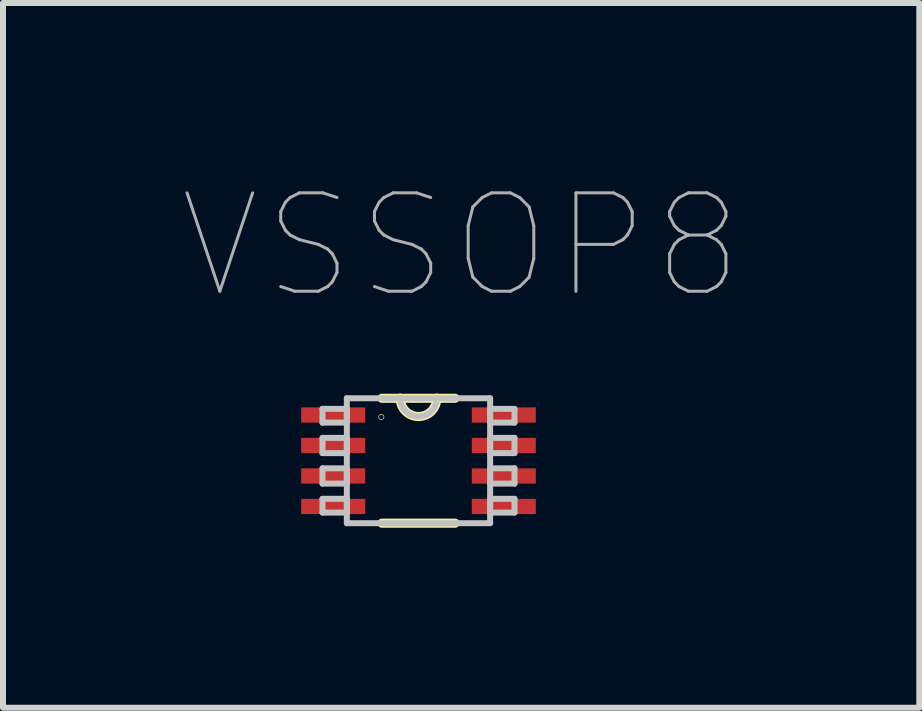
<source format=kicad_pcb>
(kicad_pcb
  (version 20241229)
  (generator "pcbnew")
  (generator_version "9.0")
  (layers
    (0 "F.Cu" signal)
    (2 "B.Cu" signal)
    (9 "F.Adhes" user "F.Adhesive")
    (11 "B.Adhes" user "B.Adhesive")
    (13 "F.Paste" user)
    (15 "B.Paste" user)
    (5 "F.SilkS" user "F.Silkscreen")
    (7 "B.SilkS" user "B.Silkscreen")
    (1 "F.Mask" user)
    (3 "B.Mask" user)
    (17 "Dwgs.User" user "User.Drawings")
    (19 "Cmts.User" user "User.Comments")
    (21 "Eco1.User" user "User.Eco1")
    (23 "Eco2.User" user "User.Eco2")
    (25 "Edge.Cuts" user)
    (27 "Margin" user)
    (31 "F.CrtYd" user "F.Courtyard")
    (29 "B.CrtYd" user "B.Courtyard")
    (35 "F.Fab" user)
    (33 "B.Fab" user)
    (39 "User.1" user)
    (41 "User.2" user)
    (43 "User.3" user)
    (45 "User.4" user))
  (footprint "VSSOP8"
    (layer "F.Cu")
    (at 3.925 4.629)
    (property "Reference" "VSSOP8" (at 0.711 -3.581 0) (layer "F.Fab") (effects (font (size 1.64 1.64) (thickness 0.05))))
    (attr smd)
    (fp_line (start -0.61 1.041) (end 0.61 1.041) (stroke (width 0.152) (type solid)) (layer "F.SilkS"))
    (fp_line (start -0.305 -1.041) (end -0.61 -1.041) (stroke (width 0.152) (type solid)) (layer "F.SilkS"))
    (fp_line (start 0.305 -1.041) (end -0.305 -1.041) (stroke (width 0.152) (type solid)) (layer "F.SilkS"))
    (fp_line (start 0.61 -1.041) (end 0.305 -1.041) (stroke (width 0.152) (type solid)) (layer "F.SilkS"))
    (fp_arc (start 0.3048 -1.0414) (mid 0 -0.7366) (end -0.3048 -1.0414) (stroke (width 0.1524) (type solid)) (layer "F.SilkS"))
    (fp_circle (center -0.62 -0.73) (end -0.6 -0.69) (stroke (width 0.01) (type solid)) (fill no) (layer "F.SilkS"))
    (fp_line (start -1.6 -0.864) (end -1.6 -0.635) (stroke (width 0.1) (type solid)) (layer "Dwgs.User"))
    (fp_line (start -1.6 -0.635) (end -1.194 -0.635) (stroke (width 0.1) (type solid)) (layer "Dwgs.User"))
    (fp_line (start -1.6 -0.381) (end -1.6 -0.127) (stroke (width 0.1) (type solid)) (layer "Dwgs.User"))
    (fp_line (start -1.6 -0.127) (end -1.194 -0.127) (stroke (width 0.1) (type solid)) (layer "Dwgs.User"))
    (fp_line (start -1.6 0.127) (end -1.6 0.381) (stroke (width 0.1) (type solid)) (layer "Dwgs.User"))
    (fp_line (start -1.6 0.381) (end -1.194 0.381) (stroke (width 0.1) (type solid)) (layer "Dwgs.User"))
    (fp_line (start -1.6 0.635) (end -1.6 0.864) (stroke (width 0.1) (type solid)) (layer "Dwgs.User"))
    (fp_line (start -1.6 0.864) (end -1.194 0.864) (stroke (width 0.1) (type solid)) (layer "Dwgs.User"))
    (fp_line (start -1.194 -1.041) (end -1.194 1.041) (stroke (width 0.1) (type solid)) (layer "Dwgs.User"))
    (fp_line (start -1.194 -0.864) (end -1.6 -0.864) (stroke (width 0.1) (type solid)) (layer "Dwgs.User"))
    (fp_line (start -1.194 -0.635) (end -1.194 -0.864) (stroke (width 0.1) (type solid)) (layer "Dwgs.User"))
    (fp_line (start -1.194 -0.381) (end -1.6 -0.381) (stroke (width 0.1) (type solid)) (layer "Dwgs.User"))
    (fp_line (start -1.194 -0.127) (end -1.194 -0.381) (stroke (width 0.1) (type solid)) (layer "Dwgs.User"))
    (fp_line (start -1.194 0.127) (end -1.6 0.127) (stroke (width 0.1) (type solid)) (layer "Dwgs.User"))
    (fp_line (start -1.194 0.381) (end -1.194 0.127) (stroke (width 0.1) (type solid)) (layer "Dwgs.User"))
    (fp_line (start -1.194 0.635) (end -1.6 0.635) (stroke (width 0.1) (type solid)) (layer "Dwgs.User"))
    (fp_line (start -1.194 0.864) (end -1.194 0.635) (stroke (width 0.1) (type solid)) (layer "Dwgs.User"))
    (fp_line (start -1.194 1.041) (end 1.194 1.041) (stroke (width 0.1) (type solid)) (layer "Dwgs.User"))
    (fp_line (start -0.305 -1.041) (end -1.194 -1.041) (stroke (width 0.1) (type solid)) (layer "Dwgs.User"))
    (fp_line (start 0.305 -1.041) (end -0.305 -1.041) (stroke (width 0.1) (type solid)) (layer "Dwgs.User"))
    (fp_line (start 1.194 -1.041) (end 0.305 -1.041) (stroke (width 0.1) (type solid)) (layer "Dwgs.User"))
    (fp_line (start 1.194 -0.864) (end 1.194 -0.635) (stroke (width 0.1) (type solid)) (layer "Dwgs.User"))
    (fp_line (start 1.194 -0.635) (end 1.6 -0.635) (stroke (width 0.1) (type solid)) (layer "Dwgs.User"))
    (fp_line (start 1.194 -0.381) (end 1.194 -0.127) (stroke (width 0.1) (type solid)) (layer "Dwgs.User"))
    (fp_line (start 1.194 -0.127) (end 1.6 -0.127) (stroke (width 0.1) (type solid)) (layer "Dwgs.User"))
    (fp_line (start 1.194 0.127) (end 1.194 0.381) (stroke (width 0.1) (type solid)) (layer "Dwgs.User"))
    (fp_line (start 1.194 0.381) (end 1.6 0.381) (stroke (width 0.1) (type solid)) (layer "Dwgs.User"))
    (fp_line (start 1.194 0.635) (end 1.194 0.864) (stroke (width 0.1) (type solid)) (layer "Dwgs.User"))
    (fp_line (start 1.194 0.864) (end 1.6 0.864) (stroke (width 0.1) (type solid)) (layer "Dwgs.User"))
    (fp_line (start 1.194 1.041) (end 1.194 -1.041) (stroke (width 0.1) (type solid)) (layer "Dwgs.User"))
    (fp_line (start 1.6 -0.864) (end 1.194 -0.864) (stroke (width 0.1) (type solid)) (layer "Dwgs.User"))
    (fp_line (start 1.6 -0.635) (end 1.6 -0.864) (stroke (width 0.1) (type solid)) (layer "Dwgs.User"))
    (fp_line (start 1.6 -0.381) (end 1.194 -0.381) (stroke (width 0.1) (type solid)) (layer "Dwgs.User"))
    (fp_line (start 1.6 -0.127) (end 1.6 -0.381) (stroke (width 0.1) (type solid)) (layer "Dwgs.User"))
    (fp_line (start 1.6 0.127) (end 1.194 0.127) (stroke (width 0.1) (type solid)) (layer "Dwgs.User"))
    (fp_line (start 1.6 0.381) (end 1.6 0.127) (stroke (width 0.1) (type solid)) (layer "Dwgs.User"))
    (fp_line (start 1.6 0.635) (end 1.194 0.635) (stroke (width 0.1) (type solid)) (layer "Dwgs.User"))
    (fp_line (start 1.6 0.864) (end 1.6 0.635) (stroke (width 0.1) (type solid)) (layer "Dwgs.User"))
    (fp_arc (start 0.3048 -1.0414) (mid 0 -0.7366) (end -0.3048 -1.0414) (stroke (width 0.1) (type solid)) (layer "Dwgs.User"))
    (pad "1" smd rect (at -1.422 -0.762) (size 1.067 0.254) (layers "F.Cu" "F.Mask" "F.Paste"))
    (pad "2" smd rect (at -1.422 -0.254) (size 1.067 0.254) (layers "F.Cu" "F.Mask" "F.Paste"))
    (pad "3" smd rect (at -1.422 0.254) (size 1.067 0.254) (layers "F.Cu" "F.Mask" "F.Paste"))
    (pad "4" smd rect (at -1.422 0.762) (size 1.067 0.254) (layers "F.Cu" "F.Mask" "F.Paste"))
    (pad "5" smd rect (at 1.422 0.762) (size 1.067 0.254) (layers "F.Cu" "F.Mask" "F.Paste"))
    (pad "6" smd rect (at 1.422 0.254) (size 1.067 0.254) (layers "F.Cu" "F.Mask" "F.Paste"))
    (pad "7" smd rect (at 1.422 -0.254) (size 1.067 0.254) (layers "F.Cu" "F.Mask" "F.Paste"))
    (pad "8" smd rect (at 1.422 -0.762) (size 1.067 0.254) (layers "F.Cu" "F.Mask" "F.Paste")))
  (gr_rect
    (start -3 -3)
    (end 12.272 8.746)
    (stroke (width 0.1) (type default))
    (fill no)
    (layer "Edge.Cuts")))
</source>
